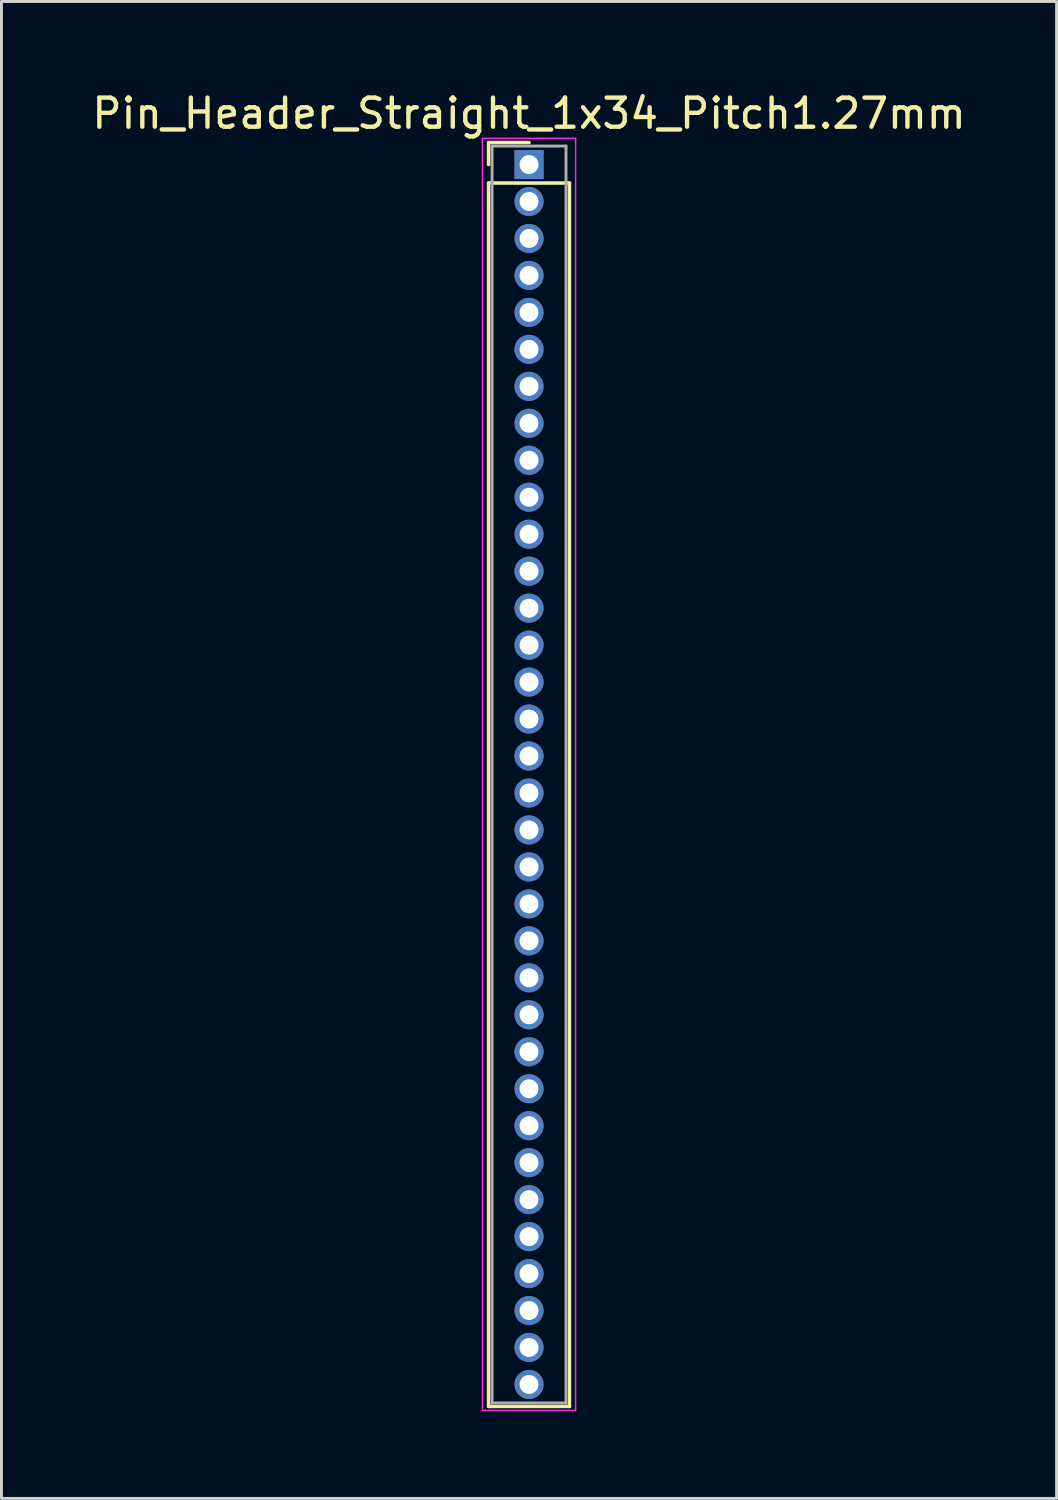
<source format=kicad_pcb>
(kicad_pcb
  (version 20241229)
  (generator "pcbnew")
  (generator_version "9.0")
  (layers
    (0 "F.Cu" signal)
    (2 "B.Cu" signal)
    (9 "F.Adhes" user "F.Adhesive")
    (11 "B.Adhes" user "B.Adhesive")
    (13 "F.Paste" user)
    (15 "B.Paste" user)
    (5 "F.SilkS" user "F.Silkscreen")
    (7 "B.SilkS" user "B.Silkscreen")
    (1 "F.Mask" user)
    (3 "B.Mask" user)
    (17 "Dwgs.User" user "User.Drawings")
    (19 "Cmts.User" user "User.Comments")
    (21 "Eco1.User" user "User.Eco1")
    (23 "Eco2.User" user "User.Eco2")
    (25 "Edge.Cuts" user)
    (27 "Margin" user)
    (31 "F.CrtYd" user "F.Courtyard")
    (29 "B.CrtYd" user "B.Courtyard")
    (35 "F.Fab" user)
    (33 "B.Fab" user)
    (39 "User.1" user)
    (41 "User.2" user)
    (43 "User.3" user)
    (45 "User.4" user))
  (footprint "Pin_Header_Straight_1x34_Pitch1.27mm"
    (layer "F.Cu")
    (at 15.125 2.603)
    (property "Reference" "Pin_Header_Straight_1x34_Pitch1.27mm" (at 0 -1.755 0) (layer "F.SilkS") (effects (font (size 1 1) (thickness 0.15))))
    (attr through_hole)
    (fp_line (start -1.39 -0.755) (end 0 -0.755) (stroke (width 0.12) (type solid)) (layer "F.SilkS"))
    (fp_line (start -1.39 0) (end -1.39 -0.755) (stroke (width 0.12) (type solid)) (layer "F.SilkS"))
    (fp_line (start -1.39 0.635) (end -1.39 42.665) (stroke (width 0.12) (type solid)) (layer "F.SilkS"))
    (fp_line (start -1.39 42.665) (end 1.39 42.665) (stroke (width 0.12) (type solid)) (layer "F.SilkS"))
    (fp_line (start 1.39 0.635) (end -1.39 0.635) (stroke (width 0.12) (type solid)) (layer "F.SilkS"))
    (fp_line (start 1.39 42.665) (end 1.39 0.635) (stroke (width 0.12) (type solid)) (layer "F.SilkS"))
    (fp_line (start -1.6 -0.9) (end -1.6 42.8) (stroke (width 0.05) (type solid)) (layer "F.CrtYd"))
    (fp_line (start -1.6 42.8) (end 1.6 42.8) (stroke (width 0.05) (type solid)) (layer "F.CrtYd"))
    (fp_line (start 1.6 -0.9) (end -1.6 -0.9) (stroke (width 0.05) (type solid)) (layer "F.CrtYd"))
    (fp_line (start 1.6 42.8) (end 1.6 -0.9) (stroke (width 0.05) (type solid)) (layer "F.CrtYd"))
    (fp_line (start -1.27 -0.635) (end -1.27 42.545) (stroke (width 0.1) (type solid)) (layer "F.Fab"))
    (fp_line (start -1.27 42.545) (end 1.27 42.545) (stroke (width 0.1) (type solid)) (layer "F.Fab"))
    (fp_line (start 1.27 -0.635) (end -1.27 -0.635) (stroke (width 0.1) (type solid)) (layer "F.Fab"))
    (fp_line (start 1.27 42.545) (end 1.27 -0.635) (stroke (width 0.1) (type solid)) (layer "F.Fab"))
    (pad "1" thru_hole rect (at 0 0) (size 1 1) (drill 0.65) (layers "*.Cu" "*.Mask"))
    (pad "2" thru_hole oval (at 0 1.27) (size 1 1) (drill 0.65) (layers "*.Cu" "*.Mask"))
    (pad "3" thru_hole oval (at 0 2.54) (size 1 1) (drill 0.65) (layers "*.Cu" "*.Mask"))
    (pad "4" thru_hole oval (at 0 3.81) (size 1 1) (drill 0.65) (layers "*.Cu" "*.Mask"))
    (pad "5" thru_hole oval (at 0 5.08) (size 1 1) (drill 0.65) (layers "*.Cu" "*.Mask"))
    (pad "6" thru_hole oval (at 0 6.35) (size 1 1) (drill 0.65) (layers "*.Cu" "*.Mask"))
    (pad "7" thru_hole oval (at 0 7.62) (size 1 1) (drill 0.65) (layers "*.Cu" "*.Mask"))
    (pad "8" thru_hole oval (at 0 8.89) (size 1 1) (drill 0.65) (layers "*.Cu" "*.Mask"))
    (pad "9" thru_hole oval (at 0 10.16) (size 1 1) (drill 0.65) (layers "*.Cu" "*.Mask"))
    (pad "10" thru_hole oval (at 0 11.43) (size 1 1) (drill 0.65) (layers "*.Cu" "*.Mask"))
    (pad "11" thru_hole oval (at 0 12.7) (size 1 1) (drill 0.65) (layers "*.Cu" "*.Mask"))
    (pad "12" thru_hole oval (at 0 13.97) (size 1 1) (drill 0.65) (layers "*.Cu" "*.Mask"))
    (pad "13" thru_hole oval (at 0 15.24) (size 1 1) (drill 0.65) (layers "*.Cu" "*.Mask"))
    (pad "14" thru_hole oval (at 0 16.51) (size 1 1) (drill 0.65) (layers "*.Cu" "*.Mask"))
    (pad "15" thru_hole oval (at 0 17.78) (size 1 1) (drill 0.65) (layers "*.Cu" "*.Mask"))
    (pad "16" thru_hole oval (at 0 19.05) (size 1 1) (drill 0.65) (layers "*.Cu" "*.Mask"))
    (pad "17" thru_hole oval (at 0 20.32) (size 1 1) (drill 0.65) (layers "*.Cu" "*.Mask"))
    (pad "18" thru_hole oval (at 0 21.59) (size 1 1) (drill 0.65) (layers "*.Cu" "*.Mask"))
    (pad "19" thru_hole oval (at 0 22.86) (size 1 1) (drill 0.65) (layers "*.Cu" "*.Mask"))
    (pad "20" thru_hole oval (at 0 24.13) (size 1 1) (drill 0.65) (layers "*.Cu" "*.Mask"))
    (pad "21" thru_hole oval (at 0 25.4) (size 1 1) (drill 0.65) (layers "*.Cu" "*.Mask"))
    (pad "22" thru_hole oval (at 0 26.67) (size 1 1) (drill 0.65) (layers "*.Cu" "*.Mask"))
    (pad "23" thru_hole oval (at 0 27.94) (size 1 1) (drill 0.65) (layers "*.Cu" "*.Mask"))
    (pad "24" thru_hole oval (at 0 29.21) (size 1 1) (drill 0.65) (layers "*.Cu" "*.Mask"))
    (pad "25" thru_hole oval (at 0 30.48) (size 1 1) (drill 0.65) (layers "*.Cu" "*.Mask"))
    (pad "26" thru_hole oval (at 0 31.75) (size 1 1) (drill 0.65) (layers "*.Cu" "*.Mask"))
    (pad "27" thru_hole oval (at 0 33.02) (size 1 1) (drill 0.65) (layers "*.Cu" "*.Mask"))
    (pad "28" thru_hole oval (at 0 34.29) (size 1 1) (drill 0.65) (layers "*.Cu" "*.Mask"))
    (pad "29" thru_hole oval (at 0 35.56) (size 1 1) (drill 0.65) (layers "*.Cu" "*.Mask"))
    (pad "30" thru_hole oval (at 0 36.83) (size 1 1) (drill 0.65) (layers "*.Cu" "*.Mask"))
    (pad "31" thru_hole oval (at 0 38.1) (size 1 1) (drill 0.65) (layers "*.Cu" "*.Mask"))
    (pad "32" thru_hole oval (at 0 39.37) (size 1 1) (drill 0.65) (layers "*.Cu" "*.Mask"))
    (pad "33" thru_hole oval (at 0 40.64) (size 1 1) (drill 0.65) (layers "*.Cu" "*.Mask"))
    (pad "34" thru_hole oval (at 0 41.91) (size 1 1) (drill 0.65) (layers "*.Cu" "*.Mask")))
  (gr_rect
    (start -3 -3)
    (end 33.25 48.428)
    (stroke (width 0.1) (type default))
    (fill no)
    (layer "Edge.Cuts")))
</source>
